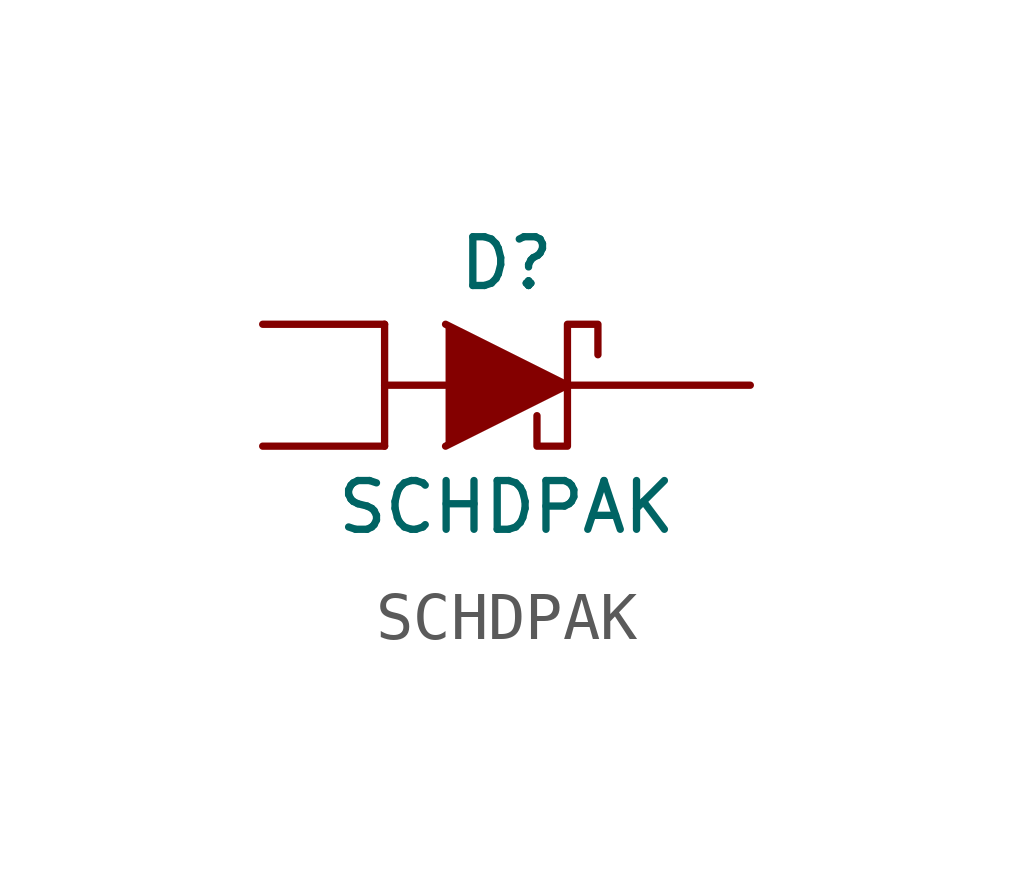
<source format=kicad_sym>
(kicad_symbol_lib
  (version 20220914)
  (generator kicad_symbol_editor)
  (symbol "SCHDPAK"
    (pin_numbers hide)
    (pin_names
      (offset 1.016) hide)
    (property "Reference" "D"
      (at 0 2.54 0)
      (effects (font (size 1.016 1.016))))
    (property "Value" "SCHDPAK"
      (at 0 -2.54 0)
      (effects (font (size 1.016 1.016))))
    (symbol "SCHDPAK_0_1"
      (polyline (pts (xy -2.54 0) (xy -1.27 0)) (stroke (width 0) (type solid)) (fill (type none)))
      (polyline (pts (xy -2.54 1.27) (xy -2.54 -1.27)) (stroke (width 0) (type solid)) (fill (type none)))
      (polyline (pts (xy -1.27 1.27) (xy 1.27 0) (xy -1.27 -1.27)) (stroke (width 0) (type solid)) (fill (type outline)))
      (polyline (pts (xy 1.905 0.635) (xy 1.905 1.27) (xy 1.27 1.27) (xy 1.27 -1.27) (xy 0.635 -1.27) (xy 0.635 -0.635)) (stroke (width 0) (type solid)) (fill (type none))))
    (symbol "SCHDPAK_1_1"
      (pin passive line (at -5.08 -1.27 0) (length 2.54) (name "A" (effects (font (size 1.016 1.016)))) (number "1" (effects (font (size 1.016 1.016)))))
      (pin passive line (at 5.08 0 180) (length 3.81) (name "K" (effects (font (size 1.016 1.016)))) (number "2" (effects (font (size 1.016 1.016)))))
      (pin input line (at -5.08 1.27 0) (length 2.54) (name "A" (effects (font (size 1.016 1.016)))) (number "3" (effects (font (size 1.016 1.016))))))))
</source>
